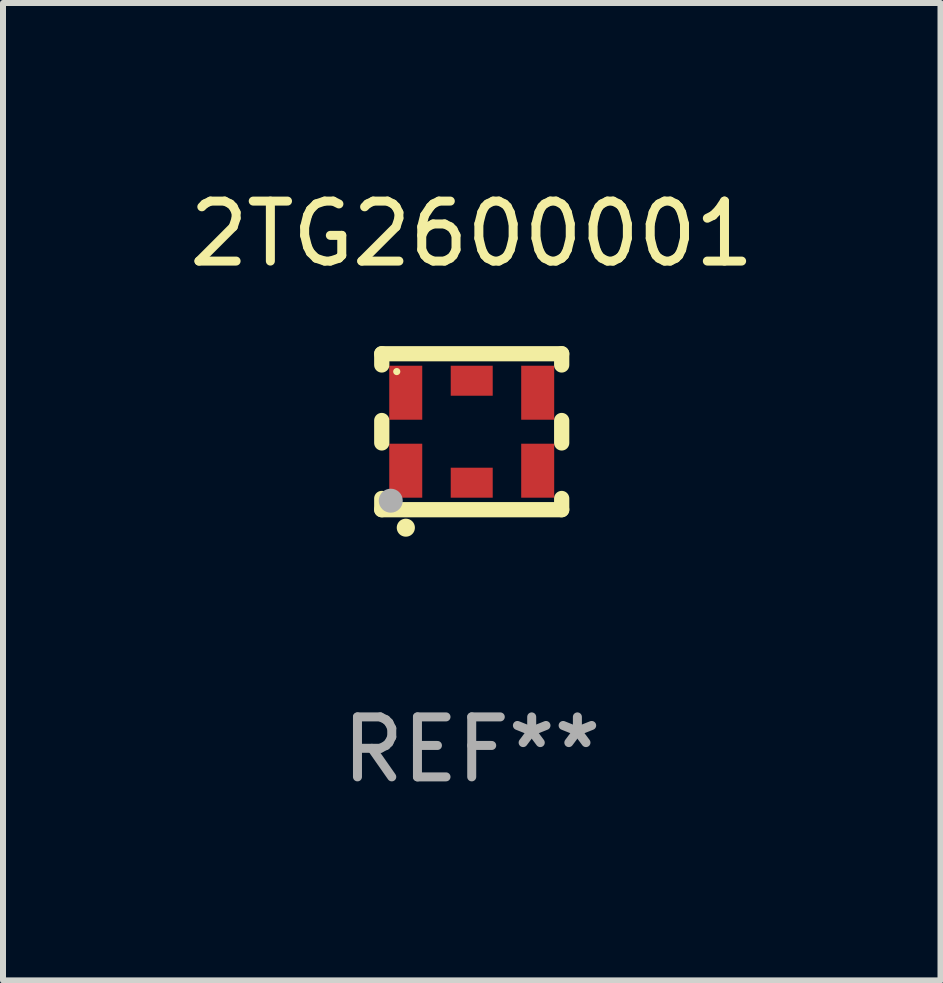
<source format=kicad_pcb>
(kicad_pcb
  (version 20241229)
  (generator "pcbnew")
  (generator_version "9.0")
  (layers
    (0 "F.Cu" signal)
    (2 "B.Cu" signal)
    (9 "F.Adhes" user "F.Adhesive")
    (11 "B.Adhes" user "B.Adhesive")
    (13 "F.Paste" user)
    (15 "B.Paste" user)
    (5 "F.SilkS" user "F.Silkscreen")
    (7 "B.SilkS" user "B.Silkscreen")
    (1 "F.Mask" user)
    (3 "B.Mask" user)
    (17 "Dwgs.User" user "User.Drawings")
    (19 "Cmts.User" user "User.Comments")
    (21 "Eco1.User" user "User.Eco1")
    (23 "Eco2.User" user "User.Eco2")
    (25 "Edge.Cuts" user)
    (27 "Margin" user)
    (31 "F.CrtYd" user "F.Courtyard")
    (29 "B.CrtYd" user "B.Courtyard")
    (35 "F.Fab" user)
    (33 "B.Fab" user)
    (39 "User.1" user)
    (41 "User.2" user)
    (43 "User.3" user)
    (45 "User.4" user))
  (footprint "2TG2600001"
    (layer "F.Cu")
    (at 4.815 4.148)
    (property "Reference" "2TG2600001" (at 0 -3.3 0) (layer "F.SilkS") (effects (font (size 1 1) (thickness 0.15))))
    (attr through_hole)
    (fp_line (start -1.5 -1.113) (end -1.5 -1.3) (stroke (width 0.254) (type solid)) (layer "F.SilkS"))
    (fp_line (start -1.5 0.187) (end -1.5 -0.187) (stroke (width 0.254) (type solid)) (layer "F.SilkS"))
    (fp_line (start -1.5 1.3) (end -1.5 1.113) (stroke (width 0.254) (type solid)) (layer "F.SilkS"))
    (fp_line (start 1.5 -1.3) (end -1.5 -1.3) (stroke (width 0.254) (type solid)) (layer "F.SilkS"))
    (fp_line (start 1.5 -1.113) (end 1.5 -1.3) (stroke (width 0.254) (type solid)) (layer "F.SilkS"))
    (fp_line (start 1.5 -0.187) (end 1.5 0.187) (stroke (width 0.254) (type solid)) (layer "F.SilkS"))
    (fp_line (start 1.5 1.113) (end 1.5 1.3) (stroke (width 0.254) (type solid)) (layer "F.SilkS"))
    (fp_line (start 1.5 1.3) (end -1.5 1.3) (stroke (width 0.254) (type solid)) (layer "F.SilkS"))
    (fp_arc (start -1.1 1.6) (mid -1.09873 1.599995) (end -1.09746 1.6) (stroke (width 0.3) (type solid)) (layer "F.SilkS"))
    (fp_circle (center -1.25 -1.003) (end -1.22 -1.003) (stroke (width 0.06) (type solid)) (fill no) (layer "F.SilkS"))
    (fp_circle (center -1.35 1.15) (end -1.25 1.15) (stroke (width 0.2) (type solid)) (fill no) (layer "F.Fab"))
    (fp_text user "REF**" (at 0 5.3 0) (layer "F.Fab") (effects (font (size 1 1) (thickness 0.15))))
    (pad "1" smd rect (at -1.1 0.65) (size 0.55 0.9) (layers "F.Cu" "F.Mask" "F.Paste"))
    (pad "2" smd rect (at 0 0.85) (size 0.7 0.5) (layers "F.Cu" "F.Mask" "F.Paste"))
    (pad "3" smd rect (at 1.1 0.65) (size 0.55 0.9) (layers "F.Cu" "F.Mask" "F.Paste"))
    (pad "4" smd rect (at 1.1 -0.65) (size 0.55 0.9) (layers "F.Cu" "F.Mask" "F.Paste"))
    (pad "5" smd rect (at 0 -0.85) (size 0.7 0.5) (layers "F.Cu" "F.Mask" "F.Paste"))
    (pad "6" smd rect (at -1.1 -0.65) (size 0.55 0.9) (layers "F.Cu" "F.Mask" "F.Paste")))
  (gr_rect
    (start -3 -3)
    (end 12.631 13.296)
    (stroke (width 0.1) (type default))
    (fill no)
    (layer "Edge.Cuts")))
</source>
